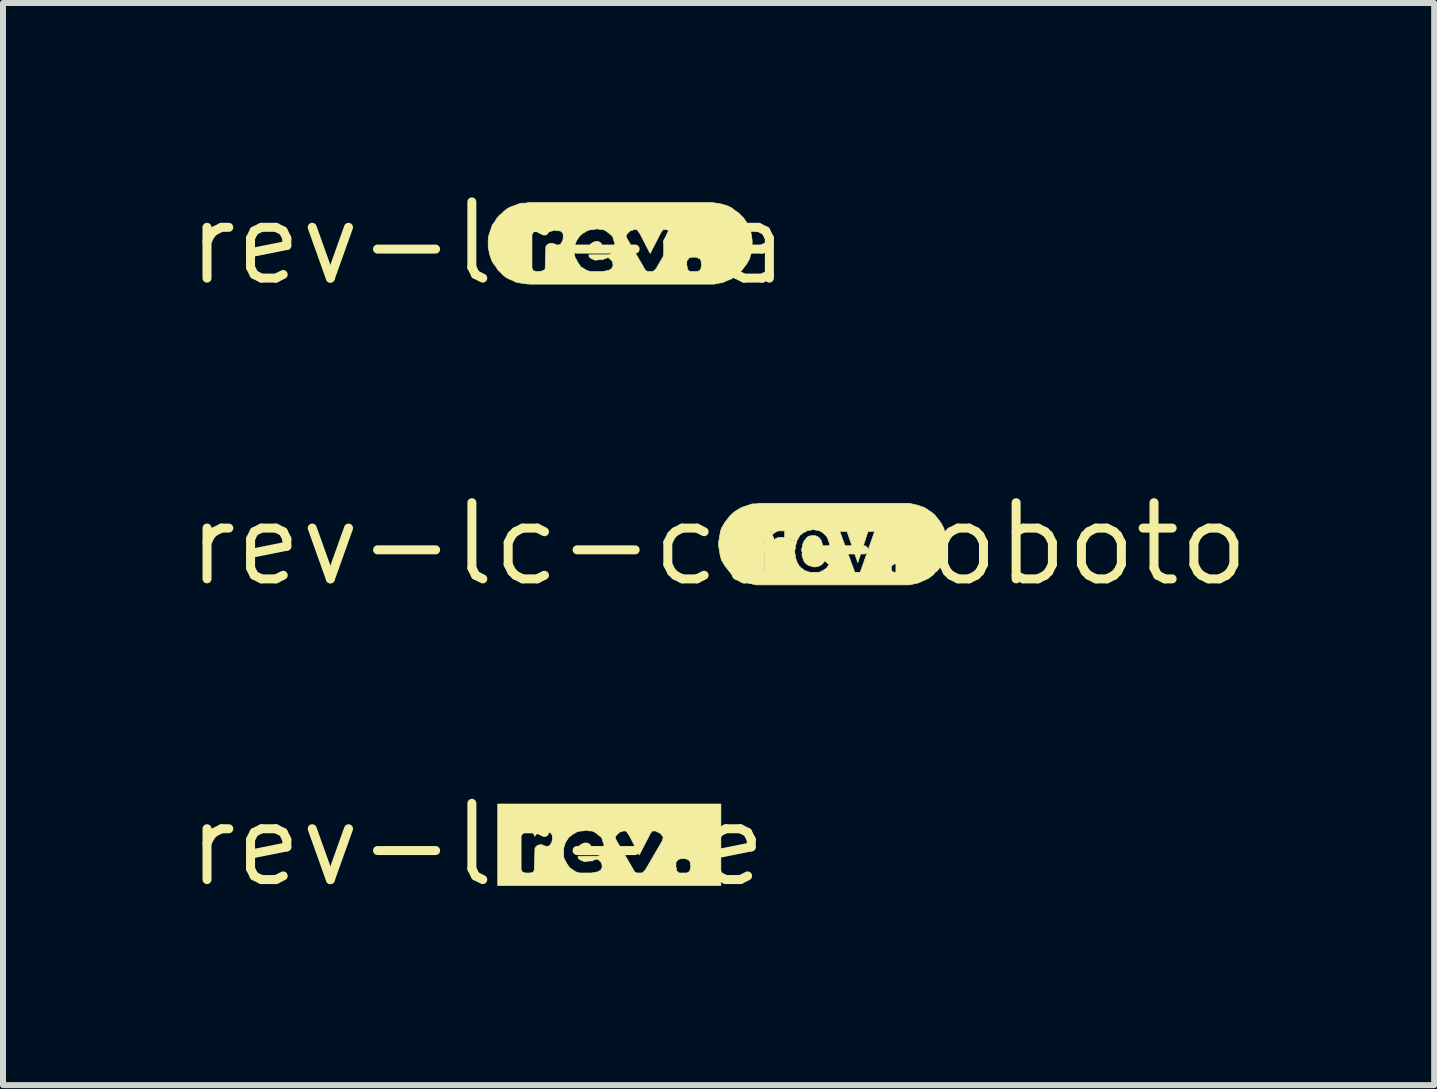
<source format=kicad_pcb>
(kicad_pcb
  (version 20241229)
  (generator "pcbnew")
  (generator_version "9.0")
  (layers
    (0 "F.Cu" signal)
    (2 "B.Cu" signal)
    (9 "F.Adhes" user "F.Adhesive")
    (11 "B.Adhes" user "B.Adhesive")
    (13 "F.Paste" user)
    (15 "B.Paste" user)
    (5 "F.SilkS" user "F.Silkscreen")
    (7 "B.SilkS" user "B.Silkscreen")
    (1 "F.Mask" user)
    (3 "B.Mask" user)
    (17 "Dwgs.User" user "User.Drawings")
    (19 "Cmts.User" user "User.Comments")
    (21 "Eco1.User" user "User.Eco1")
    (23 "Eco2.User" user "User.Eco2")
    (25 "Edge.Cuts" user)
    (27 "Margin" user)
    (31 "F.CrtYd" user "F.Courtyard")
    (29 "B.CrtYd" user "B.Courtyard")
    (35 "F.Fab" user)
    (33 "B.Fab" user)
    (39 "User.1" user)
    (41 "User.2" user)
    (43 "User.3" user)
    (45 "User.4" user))
  (footprint "rev-lc-ca"
    (layer "F.Cu")
    (at 5.087 1.006)
    (property "Reference" "rev-lc-ca" (at 0 0 0) (layer "F.SilkS") (effects (font (size 1.27 1.27) (thickness 0.15))))
    (attr board_only exclude_from_pos_files exclude_from_bom)
    (fp_poly (pts (xy 1.84 0.07) (xy 1.86 0.07) (xy 1.87 0.07) (xy 1.88 0.07) (xy 1.88 0.06) (xy 1.89 0.05) (xy 1.89 0.04) (xy 1.89 0.02) (xy 1.89 0.01) (xy 1.87 -0.01) (xy 1.86 -0.02) (xy 1.83 -0.03) (xy 1.8 -0.03) (xy 1.78 -0.03) (xy 1.76 -0.02) (xy 1.74 -0.01) (xy 1.72 0) (xy 1.7 0.02) (xy 1.69 0.04) (xy 1.68 0.06) (xy 1.68 0.07) (xy 1.84 0.07)) (stroke (width 0.01) (type solid)) (fill yes) (layer "F.SilkS"))
    (fp_poly (pts (xy 0.68 -0.68) (xy 0.62 -0.67) (xy 0.55 -0.67) (xy 0.49 -0.65) (xy 0.44 -0.63) (xy 0.38 -0.61) (xy 0.32 -0.58) (xy 0.27 -0.54) (xy 0.23 -0.5) (xy 0.18 -0.46) (xy 0.14 -0.41) (xy 0.11 -0.36) (xy 0.07 -0.31) (xy 0.05 -0.25) (xy 0.03 -0.19) (xy 0.01 -0.13) (xy 0 -0.07) (xy 0 -0.01) (xy 0 0.05) (xy 0.01 0.11) (xy 0.02 0.17) (xy 0.04 0.23) (xy 0.06 0.29) (xy 0.09 0.34) (xy 0.13 0.39) (xy 0.16 0.44) (xy 0.21 0.49) (xy 0.25 0.53) (xy 0.3 0.57) (xy 0.36 0.6) (xy 0.41 0.62) (xy 0.47 0.65) (xy 0.53 0.66) (xy 0.6 0.67) (xy 0.67 0.68) (xy 0.77 0.46) (xy 0.75 0.45) (xy 0.74 0.44) (xy 0.74 0.43) (xy 0.73 0.41) (xy 0.73 0.39) (xy 0.73 -0.14) (xy 0.74 -0.16) (xy 0.75 -0.18) (xy 0.76 -0.19) (xy 0.77 -0.2) (xy 0.78 -0.2) (xy 0.8 -0.21) (xy 0.86 -0.21) (xy 0.88 -0.21) (xy 0.9 -0.2) (xy 0.93 -0.2) (xy 0.94 -0.18) (xy 0.95 -0.16) (xy 0.96 -0.14) (xy 0.97 -0.16) (xy 0.99 -0.18) (xy 1.04 -0.2) (xy 1.08 -0.21) (xy 1.1 -0.22) (xy 1.14 -0.21) (xy 1.18 -0.21) (xy 1.22 -0.2) (xy 1.24 -0.17) (xy 1.25 -0.16) (xy 1.25 -0.14) (xy 1.25 -0.11) (xy 1.25 -0.08) (xy 1.46 -0.01) (xy 1.47 -0.04) (xy 1.49 -0.07) (xy 1.51 -0.1) (xy 1.53 -0.13) (xy 1.56 -0.15) (xy 1.58 -0.17) (xy 1.62 -0.19) (xy 1.65 -0.21) (xy 1.68 -0.22) (xy 1.72 -0.23) (xy 1.76 -0.23) (xy 1.8 -0.24) (xy 1.83 -0.24) (xy 1.87 -0.23) (xy 1.91 -0.23) (xy 1.94 -0.22) (xy 1.97 -0.2) (xy 2 -0.18) (xy 2.02 -0.16) (xy 2.05 -0.14) (xy 2.07 -0.12) (xy 2.08 -0.1) (xy 2.09 -0.06) (xy 2.1 -0.03) (xy 2.31 -0.09) (xy 2.3 -0.11) (xy 2.3 -0.13) (xy 2.31 -0.15) (xy 2.33 -0.17) (xy 2.35 -0.19) (xy 2.37 -0.21) (xy 2.41 -0.22) (xy 2.43 -0.23) (xy 2.45 -0.23) (xy 2.47 -0.23) (xy 2.49 -0.22) (xy 2.5 -0.2) (xy 2.53 -0.16) (xy 2.7 0.17) (xy 2.87 -0.16) (xy 2.88 -0.18) (xy 2.9 -0.21) (xy 2.91 -0.22) (xy 2.92 -0.23) (xy 2.94 -0.23) (xy 2.96 -0.23) (xy 2.97 -0.23) (xy 2.99 -0.22) (xy 3.03 -0.2) (xy 3.05 -0.19) (xy 3.07 -0.17) (xy 3.08 -0.15) (xy 3.09 -0.14) (xy 3.1 -0.12) (xy 3.09 -0.1) (xy 3.09 -0.08) (xy 3.08 -0.06) (xy 2.8 0.42) (xy 2.79 0.43) (xy 2.78 0.44) (xy 2.76 0.46) (xy 2.74 0.47) (xy 2.72 0.47) (xy 2.7 0.47) (xy 2.68 0.47) (xy 2.66 0.47) (xy 2.64 0.46) (xy 2.62 0.45) (xy 2.61 0.43) (xy 2.32 -0.07) (xy 2.31 -0.09) (xy 2.1 -0.03) (xy 2.11 -0.01) (xy 2.11 0.02) (xy 2.11 0.12) (xy 2.07 0.16) (xy 2.06 0.17) (xy 2.03 0.18) (xy 2.01 0.19) (xy 1.99 0.19) (xy 1.68 0.19) (xy 1.68 0.2) (xy 1.68 0.22) (xy 1.69 0.23) (xy 1.7 0.24) (xy 1.73 0.26) (xy 1.76 0.27) (xy 1.78 0.28) (xy 1.8 0.28) (xy 1.87 0.27) (xy 1.92 0.27) (xy 1.94 0.25) (xy 1.97 0.25) (xy 1.98 0.24) (xy 2 0.24) (xy 2.02 0.25) (xy 2.03 0.26) (xy 2.05 0.28) (xy 2.07 0.3) (xy 2.08 0.35) (xy 2.08 0.36) (xy 2.08 0.38) (xy 2.07 0.39) (xy 2.07 0.4) (xy 2.06 0.42) (xy 2.04 0.43) (xy 2.03 0.44) (xy 2.01 0.45) (xy 1.96 0.46) (xy 1.9 0.47) (xy 1.83 0.47) (xy 1.79 0.47) (xy 1.75 0.47) (xy 1.71 0.47) (xy 1.67 0.46) (xy 1.64 0.45) (xy 1.61 0.43) (xy 1.58 0.41) (xy 1.55 0.4) (xy 1.53 0.37) (xy 1.51 0.34) (xy 1.49 0.31) (xy 1.47 0.27) (xy 1.45 0.24) (xy 1.44 0.2) (xy 1.44 0.17) (xy 1.44 0.13) (xy 1.44 0.09) (xy 1.44 0.06) (xy 1.45 0.02) (xy 1.46 -0.01) (xy 1.25 -0.08) (xy 1.24 -0.04) (xy 1.22 -0.01) (xy 1.21 0.01) (xy 1.2 0.02) (xy 1.18 0.02) (xy 1.17 0.03) (xy 1.16 0.03) (xy 1.13 0.02) (xy 1.1 0.01) (xy 1.08 0) (xy 1.06 0) (xy 1.03 0) (xy 1.01 0.01) (xy 0.99 0.02) (xy 0.97 0.04) (xy 0.96 0.06) (xy 0.96 0.07) (xy 0.96 0.09) (xy 0.95 0.41) (xy 0.95 0.42) (xy 0.94 0.44) (xy 0.93 0.46) (xy 0.91 0.46) (xy 0.89 0.47) (xy 0.86 0.47) (xy 0.83 0.47) (xy 0.8 0.47) (xy 0.77 0.46) (xy 0.68 0.68) (xy 3.73 0.68) (xy 3.53 0.45) (xy 3.51 0.46) (xy 3.49 0.47) (xy 3.47 0.47) (xy 3.44 0.47) (xy 3.4 0.47) (xy 3.37 0.47) (xy 3.35 0.46) (xy 3.34 0.45) (xy 3.33 0.44) (xy 3.32 0.43) (xy 3.32 0.4) (xy 3.31 0.37) (xy 3.31 0.31) (xy 3.31 0.3) (xy 3.32 0.28) (xy 3.33 0.27) (xy 3.34 0.26) (xy 3.35 0.24) (xy 3.37 0.24) (xy 3.4 0.23) (xy 3.43 0.23) (xy 3.46 0.23) (xy 3.49 0.24) (xy 3.51 0.25) (xy 3.53 0.26) (xy 3.54 0.27) (xy 3.55 0.3) (xy 3.55 0.33) (xy 3.56 0.36) (xy 3.55 0.39) (xy 3.55 0.41) (xy 3.54 0.43) (xy 3.53 0.45) (xy 3.73 0.68) (xy 3.77 0.68) (xy 3.81 0.67) (xy 3.87 0.66) (xy 3.92 0.65) (xy 3.96 0.63) (xy 4.01 0.61) (xy 4.06 0.59) (xy 4.1 0.56) (xy 4.14 0.53) (xy 4.18 0.5) (xy 4.22 0.46) (xy 4.25 0.42) (xy 4.28 0.38) (xy 4.31 0.34) (xy 4.34 0.29) (xy 4.36 0.25) (xy 4.37 0.2) (xy 4.39 0.15) (xy 4.4 0.08) (xy 4.4 0.02) (xy 4.4 -0.05) (xy 4.39 -0.12) (xy 4.38 -0.18) (xy 4.36 -0.25) (xy 4.33 -0.31) (xy 4.3 -0.36) (xy 4.26 -0.42) (xy 4.21 -0.47) (xy 4.17 -0.51) (xy 4.11 -0.55) (xy 4.06 -0.59) (xy 4 -0.62) (xy 3.94 -0.64) (xy 3.87 -0.66) (xy 3.8 -0.67) (xy 3.73 -0.68) (xy 0.68 -0.68)) (stroke (width 0.01) (type solid)) (fill yes) (layer "F.SilkS")))
  (footprint "rev-lc-ca-roboto"
    (layer "F.Cu")
    (at 8.928 6.019)
    (property "Reference" "rev-lc-ca-roboto" (at 0 0 0) (layer "F.SilkS") (effects (font (size 1.27 1.27) (thickness 0.15))))
    (attr board_only exclude_from_pos_files exclude_from_bom)
    (fp_poly (pts (xy 1.57 -0.14) (xy 1.54 -0.14) (xy 1.5 -0.13) (xy 1.47 -0.11) (xy 1.45 -0.08) (xy 1.43 -0.06) (xy 1.41 -0.02) (xy 1.4 0.01) (xy 1.4 0.05) (xy 1.73 0.05) (xy 1.73 0.01) (xy 1.72 -0.03) (xy 1.71 -0.06) (xy 1.69 -0.09) (xy 1.67 -0.11) (xy 1.64 -0.13) (xy 1.61 -0.14) (xy 1.57 -0.14)) (stroke (width 0.01) (type solid)) (fill yes) (layer "F.SilkS"))
    (fp_poly (pts (xy 0.68 -0.68) (xy 0.62 -0.67) (xy 0.56 -0.67) (xy 0.5 -0.65) (xy 0.44 -0.63) (xy 0.38 -0.61) (xy 0.33 -0.58) (xy 0.28 -0.55) (xy 0.23 -0.51) (xy 0.19 -0.47) (xy 0.15 -0.42) (xy 0.11 -0.37) (xy 0.08 -0.32) (xy 0.05 -0.27) (xy 0.03 -0.21) (xy 0.02 -0.15) (xy 0.01 -0.09) (xy 0 -0.03) (xy 0 0.03) (xy 0.01 0.09) (xy 0.02 0.15) (xy 0.03 0.21) (xy 0.05 0.27) (xy 0.08 0.32) (xy 0.11 0.37) (xy 0.15 0.42) (xy 0.19 0.47) (xy 0.23 0.51) (xy 0.28 0.55) (xy 0.33 0.58) (xy 0.38 0.61) (xy 0.44 0.63) (xy 0.5 0.65) (xy 0.54 0.66) (xy 0.58 0.67) (xy 0.63 0.68) (xy 0.67 0.68) (xy 0.77 0.47) (xy 0.77 -0.21) (xy 0.88 -0.21) (xy 0.88 -0.14) (xy 0.9 -0.16) (xy 0.92 -0.18) (xy 0.95 -0.2) (xy 0.97 -0.21) (xy 1 -0.22) (xy 1.03 -0.22) (xy 1.07 -0.22) (xy 1.09 -0.22) (xy 1.1 -0.22) (xy 1.1 -0.11) (xy 1.3 -0.04) (xy 1.31 -0.07) (xy 1.33 -0.1) (xy 1.34 -0.12) (xy 1.36 -0.15) (xy 1.39 -0.17) (xy 1.41 -0.19) (xy 1.44 -0.2) (xy 1.47 -0.22) (xy 1.5 -0.23) (xy 1.53 -0.23) (xy 1.56 -0.24) (xy 1.59 -0.24) (xy 1.63 -0.23) (xy 1.66 -0.23) (xy 1.68 -0.22) (xy 1.71 -0.21) (xy 1.73 -0.19) (xy 1.75 -0.18) (xy 1.77 -0.16) (xy 1.79 -0.14) (xy 1.81 -0.11) (xy 2.02 -0.21) (xy 2.14 -0.21) (xy 2.32 0.31) (xy 2.49 -0.21) (xy 2.6 -0.21) (xy 2.36 0.47) (xy 2.27 0.47) (xy 2.02 -0.21) (xy 1.81 -0.11) (xy 1.82 -0.09) (xy 1.83 -0.06) (xy 1.84 -0.03) (xy 1.85 0.01) (xy 1.85 0.04) (xy 1.86 0.08) (xy 1.86 0.15) (xy 1.39 0.15) (xy 1.39 0.19) (xy 1.4 0.22) (xy 1.41 0.25) (xy 1.42 0.28) (xy 1.44 0.31) (xy 1.46 0.33) (xy 1.49 0.35) (xy 1.51 0.36) (xy 1.55 0.37) (xy 1.58 0.38) (xy 1.62 0.38) (xy 1.66 0.37) (xy 1.69 0.36) (xy 1.72 0.34) (xy 1.75 0.31) (xy 1.77 0.28) (xy 1.84 0.34) (xy 1.82 0.37) (xy 1.8 0.4) (xy 1.77 0.42) (xy 1.74 0.44) (xy 1.7 0.46) (xy 1.67 0.47) (xy 1.63 0.47) (xy 1.59 0.47) (xy 1.58 0.47) (xy 1.55 0.47) (xy 1.52 0.47) (xy 1.49 0.46) (xy 1.46 0.45) (xy 1.43 0.44) (xy 1.41 0.42) (xy 1.38 0.4) (xy 1.36 0.38) (xy 1.34 0.36) (xy 1.33 0.34) (xy 1.31 0.31) (xy 1.3 0.28) (xy 1.29 0.25) (xy 1.28 0.22) (xy 1.28 0.19) (xy 1.27 0.15) (xy 1.27 0.1) (xy 1.28 0.07) (xy 1.28 0.03) (xy 1.29 0) (xy 1.3 -0.03) (xy 1.1 -0.11) (xy 1.07 -0.11) (xy 1.03 -0.11) (xy 1 -0.11) (xy 0.97 -0.1) (xy 0.95 -0.09) (xy 0.92 -0.07) (xy 0.91 -0.05) (xy 0.89 -0.03) (xy 0.88 -0.01) (xy 0.88 0.47) (xy 0.77 0.47) (xy 0.67 0.68) (xy 3.13 0.68) (xy 2.99 0.47) (xy 2.98 0.47) (xy 2.97 0.47) (xy 2.95 0.47) (xy 2.93 0.47) (xy 2.92 0.47) (xy 2.91 0.46) (xy 2.9 0.46) (xy 2.89 0.45) (xy 2.88 0.43) (xy 2.88 0.42) (xy 2.88 0.41) (xy 2.88 0.39) (xy 2.88 0.37) (xy 2.89 0.36) (xy 2.9 0.35) (xy 2.91 0.34) (xy 2.92 0.34) (xy 2.93 0.33) (xy 2.95 0.33) (xy 2.97 0.33) (xy 2.98 0.34) (xy 2.99 0.34) (xy 3 0.35) (xy 3.01 0.36) (xy 3.02 0.37) (xy 3.02 0.39) (xy 3.02 0.41) (xy 3.02 0.42) (xy 3.02 0.43) (xy 3.01 0.45) (xy 3 0.46) (xy 2.99 0.46) (xy 3.13 0.68) (xy 3.18 0.68) (xy 3.23 0.67) (xy 3.27 0.66) (xy 3.32 0.65) (xy 3.37 0.63) (xy 3.41 0.61) (xy 3.46 0.59) (xy 3.5 0.57) (xy 3.54 0.54) (xy 3.58 0.51) (xy 3.61 0.47) (xy 3.65 0.44) (xy 3.68 0.4) (xy 3.7 0.36) (xy 3.73 0.32) (xy 3.75 0.27) (xy 3.77 0.23) (xy 3.78 0.18) (xy 3.8 0.12) (xy 3.8 0.05) (xy 3.81 -0.02) (xy 3.8 -0.08) (xy 3.79 -0.15) (xy 3.77 -0.21) (xy 3.75 -0.27) (xy 3.72 -0.33) (xy 3.68 -0.39) (xy 3.64 -0.44) (xy 3.6 -0.49) (xy 3.55 -0.53) (xy 3.49 -0.57) (xy 3.43 -0.61) (xy 3.37 -0.63) (xy 3.31 -0.65) (xy 3.27 -0.66) (xy 3.22 -0.67) (xy 3.18 -0.68) (xy 3.14 -0.68) (xy 0.68 -0.68)) (stroke (width 0.01) (type solid)) (fill yes) (layer "F.SilkS")))
  (footprint "rev-lc-re"
    (layer "F.Cu")
    (at 4.906 11.031)
    (property "Reference" "rev-lc-re" (at 0 0 0) (layer "F.SilkS") (effects (font (size 1.27 1.27) (thickness 0.15))))
    (attr board_only exclude_from_pos_files exclude_from_bom)
    (fp_poly (pts (xy 1.84 0.07) (xy 1.86 0.07) (xy 1.87 0.07) (xy 1.88 0.07) (xy 1.88 0.06) (xy 1.89 0.05) (xy 1.89 0.04) (xy 1.89 0.02) (xy 1.89 0.01) (xy 1.87 -0.01) (xy 1.86 -0.02) (xy 1.83 -0.03) (xy 1.8 -0.03) (xy 1.78 -0.03) (xy 1.76 -0.02) (xy 1.74 -0.01) (xy 1.72 0) (xy 1.7 0.02) (xy 1.69 0.04) (xy 1.68 0.06) (xy 1.68 0.07) (xy 1.84 0.07)) (stroke (width 0.01) (type solid)) (fill yes) (layer "F.SilkS"))
    (fp_poly (pts (xy 0.68 -0.68) (xy 0.34 -0.68) (xy 0.34 0.68) (xy 0.74 0.44) (xy 0.74 0.43) (xy 0.73 0.41) (xy 0.73 0.39) (xy 0.73 -0.14) (xy 0.74 -0.16) (xy 0.75 -0.18) (xy 0.76 -0.19) (xy 0.77 -0.2) (xy 0.78 -0.2) (xy 0.8 -0.21) (xy 0.86 -0.21) (xy 0.88 -0.21) (xy 0.9 -0.2) (xy 0.93 -0.2) (xy 0.94 -0.18) (xy 0.95 -0.16) (xy 0.96 -0.14) (xy 0.97 -0.16) (xy 0.99 -0.18) (xy 1.04 -0.2) (xy 1.08 -0.21) (xy 1.1 -0.22) (xy 1.14 -0.21) (xy 1.18 -0.21) (xy 1.22 -0.2) (xy 1.24 -0.17) (xy 1.25 -0.16) (xy 1.25 -0.14) (xy 1.25 -0.11) (xy 1.25 -0.08) (xy 1.46 -0.01) (xy 1.47 -0.04) (xy 1.49 -0.07) (xy 1.51 -0.1) (xy 1.53 -0.13) (xy 1.56 -0.15) (xy 1.58 -0.17) (xy 1.62 -0.19) (xy 1.65 -0.21) (xy 1.68 -0.22) (xy 1.72 -0.23) (xy 1.76 -0.23) (xy 1.8 -0.24) (xy 1.83 -0.24) (xy 1.87 -0.23) (xy 1.91 -0.23) (xy 1.94 -0.22) (xy 1.97 -0.2) (xy 2 -0.18) (xy 2.02 -0.16) (xy 2.05 -0.14) (xy 2.07 -0.12) (xy 2.08 -0.1) (xy 2.09 -0.06) (xy 2.1 -0.03) (xy 2.31 -0.09) (xy 2.3 -0.11) (xy 2.3 -0.13) (xy 2.31 -0.15) (xy 2.33 -0.17) (xy 2.35 -0.19) (xy 2.37 -0.21) (xy 2.41 -0.22) (xy 2.43 -0.23) (xy 2.45 -0.23) (xy 2.47 -0.23) (xy 2.49 -0.22) (xy 2.5 -0.2) (xy 2.53 -0.16) (xy 2.7 0.17) (xy 2.87 -0.16) (xy 2.88 -0.18) (xy 2.9 -0.21) (xy 2.91 -0.22) (xy 2.92 -0.23) (xy 2.94 -0.23) (xy 2.96 -0.23) (xy 2.97 -0.23) (xy 2.99 -0.22) (xy 3.03 -0.2) (xy 3.05 -0.19) (xy 3.07 -0.17) (xy 3.08 -0.15) (xy 3.09 -0.14) (xy 3.1 -0.12) (xy 3.09 -0.1) (xy 3.09 -0.08) (xy 3.08 -0.06) (xy 3.34 0.26) (xy 3.35 0.24) (xy 3.37 0.24) (xy 3.4 0.23) (xy 3.43 0.23) (xy 3.46 0.23) (xy 3.49 0.24) (xy 3.51 0.25) (xy 3.53 0.26) (xy 3.54 0.27) (xy 3.55 0.3) (xy 3.55 0.33) (xy 3.56 0.36) (xy 3.55 0.39) (xy 3.55 0.41) (xy 3.54 0.43) (xy 3.53 0.45) (xy 3.51 0.46) (xy 3.49 0.47) (xy 3.47 0.47) (xy 3.44 0.47) (xy 3.4 0.47) (xy 3.37 0.47) (xy 3.35 0.46) (xy 3.34 0.45) (xy 3.33 0.44) (xy 3.32 0.43) (xy 3.32 0.4) (xy 3.31 0.37) (xy 3.31 0.31) (xy 3.31 0.3) (xy 3.32 0.28) (xy 3.33 0.27) (xy 3.34 0.26) (xy 3.08 -0.06) (xy 2.8 0.42) (xy 2.79 0.43) (xy 2.78 0.44) (xy 2.76 0.46) (xy 2.74 0.47) (xy 2.72 0.47) (xy 2.7 0.47) (xy 2.68 0.47) (xy 2.66 0.47) (xy 2.64 0.46) (xy 2.62 0.45) (xy 2.61 0.43) (xy 2.32 -0.07) (xy 2.31 -0.09) (xy 2.1 -0.03) (xy 2.11 -0.01) (xy 2.11 0.02) (xy 2.11 0.12) (xy 2.07 0.16) (xy 2.06 0.17) (xy 2.03 0.18) (xy 2.01 0.19) (xy 1.99 0.19) (xy 1.68 0.19) (xy 1.68 0.2) (xy 1.68 0.22) (xy 1.69 0.23) (xy 1.7 0.24) (xy 1.73 0.26) (xy 1.76 0.27) (xy 1.78 0.28) (xy 1.8 0.28) (xy 1.87 0.27) (xy 1.92 0.27) (xy 1.94 0.25) (xy 1.97 0.25) (xy 1.98 0.24) (xy 2 0.24) (xy 2.02 0.25) (xy 2.03 0.26) (xy 2.05 0.28) (xy 2.07 0.3) (xy 2.08 0.35) (xy 2.08 0.36) (xy 2.08 0.38) (xy 2.07 0.39) (xy 2.07 0.4) (xy 2.06 0.42) (xy 2.04 0.43) (xy 2.03 0.44) (xy 2.01 0.45) (xy 1.96 0.46) (xy 1.9 0.47) (xy 1.83 0.47) (xy 1.79 0.47) (xy 1.75 0.47) (xy 1.71 0.47) (xy 1.67 0.46) (xy 1.64 0.45) (xy 1.61 0.43) (xy 1.58 0.41) (xy 1.55 0.39) (xy 1.53 0.37) (xy 1.51 0.34) (xy 1.49 0.31) (xy 1.47 0.27) (xy 1.45 0.24) (xy 1.44 0.2) (xy 1.44 0.17) (xy 1.44 0.13) (xy 1.44 0.09) (xy 1.44 0.06) (xy 1.45 0.02) (xy 1.46 -0.01) (xy 1.25 -0.08) (xy 1.24 -0.04) (xy 1.22 -0.01) (xy 1.21 0.01) (xy 1.2 0.02) (xy 1.18 0.02) (xy 1.17 0.03) (xy 1.16 0.03) (xy 1.13 0.02) (xy 1.1 0.01) (xy 1.08 0) (xy 1.06 0) (xy 1.03 0) (xy 1.01 0.01) (xy 0.99 0.02) (xy 0.97 0.04) (xy 0.96 0.06) (xy 0.96 0.07) (xy 0.96 0.09) (xy 0.95 0.41) (xy 0.95 0.42) (xy 0.94 0.44) (xy 0.93 0.46) (xy 0.91 0.46) (xy 0.89 0.47) (xy 0.86 0.47) (xy 0.83 0.47) (xy 0.8 0.47) (xy 0.77 0.46) (xy 0.75 0.45) (xy 0.74 0.44) (xy 0.34 0.68) (xy 4.06 0.68) (xy 4.06 -0.68) (xy 0.68 -0.68)) (stroke (width 0.01) (type solid)) (fill yes) (layer "F.SilkS")))
  (gr_rect
    (start -3 -3)
    (end 20.855 15.037)
    (stroke (width 0.1) (type default))
    (fill no)
    (layer "Edge.Cuts")))
</source>
